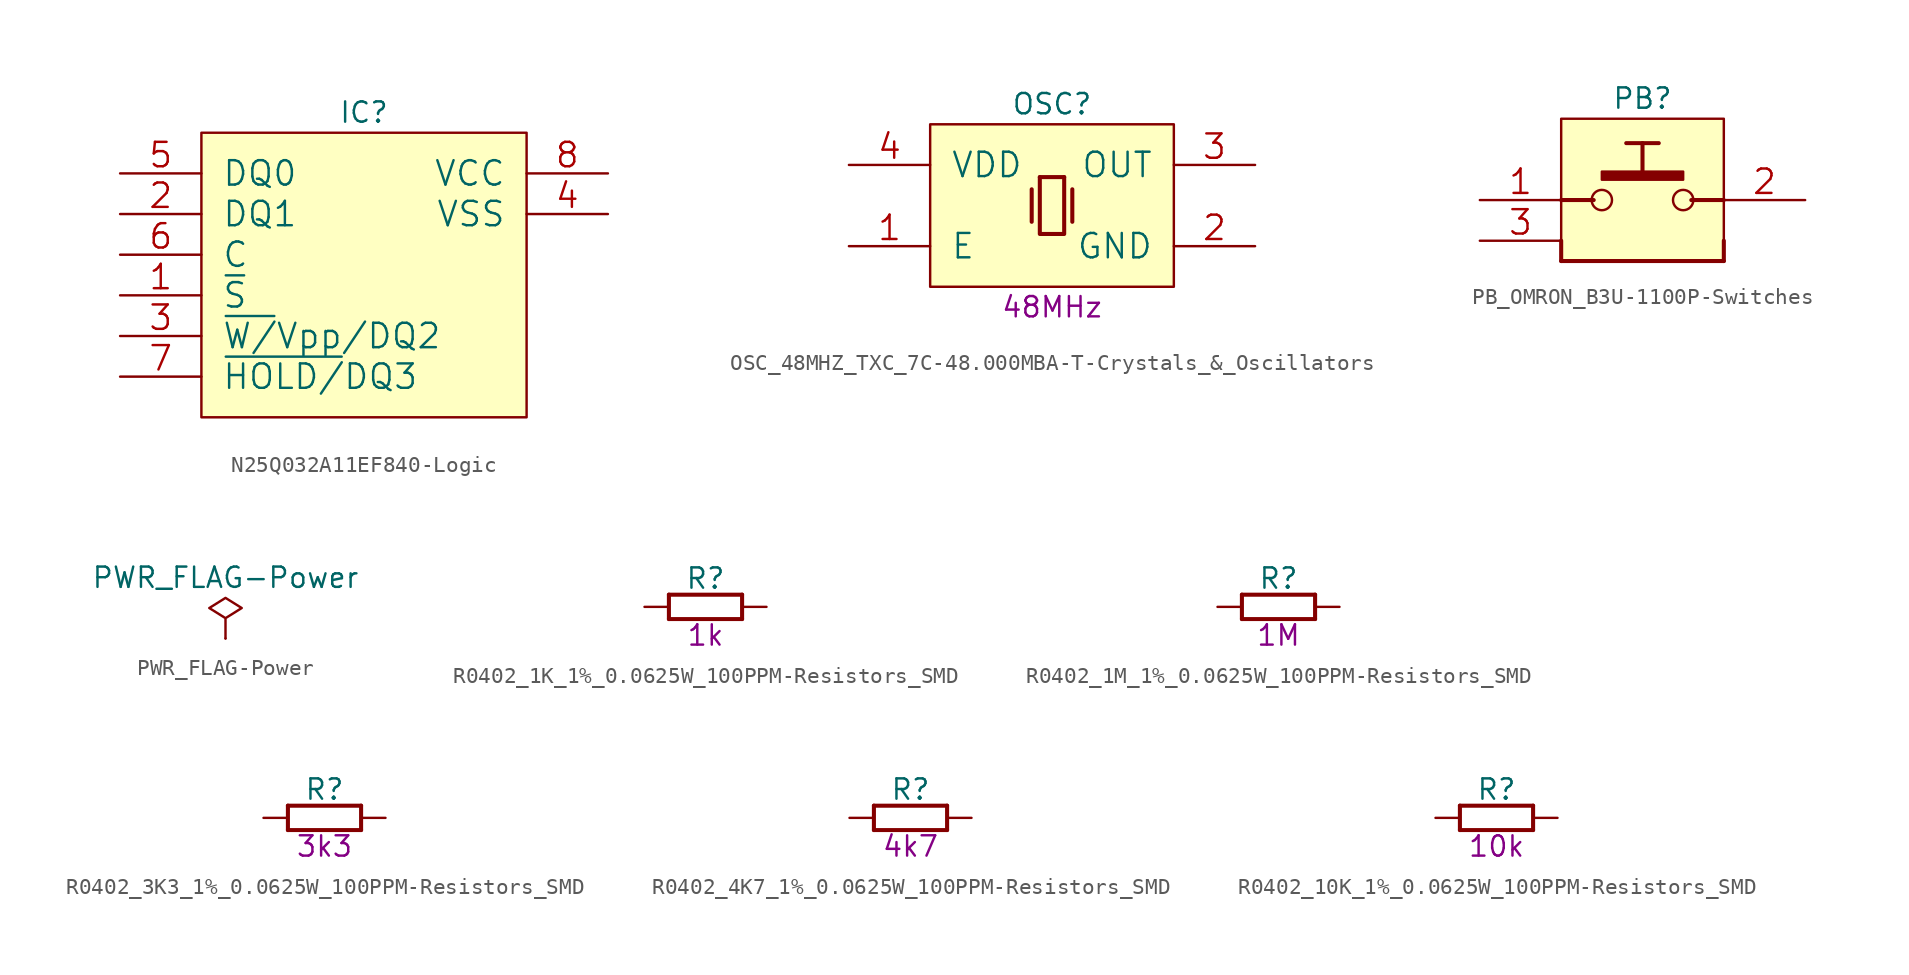
<source format=kicad_sym>
(kicad_symbol_lib
  (version 20200126)
  (host kicad_symbol_editor "(5.99.0-2809-gaceed2b0a4)")
  (symbol "LCD_Board-rescue:N25Q032A11EF840-Logic"
    (pin_names
      (offset 1.27))
    (property "Reference" "IC"
      (at 10.16 1.27 0)
      (effects (font (size 1.27 1.27))))
    (property "ki_locked" ""
      (at 0 0 0)
      (effects (font (size 1.27 1.27))))
    (symbol "N25Q032A11EF840-Logic_0_1"
      (rectangle (start 0 -17.78) (end 20.32 0) (stroke (width 0)) (fill (type background)))
      (pin input line (at -5.08 -10.16 0) (length 5.08) (name "~S" (effects (font (size 1.524 1.524)))) (number "1" (effects (font (size 1.524 1.524)))))
      (pin bidirectional line (at -5.08 -5.08 0) (length 5.08) (name "DQ1" (effects (font (size 1.524 1.524)))) (number "2" (effects (font (size 1.524 1.524)))))
      (pin bidirectional line (at -5.08 -12.7 0) (length 5.08) (name "~W/~Vpp/DQ2" (effects (font (size 1.524 1.524)))) (number "3" (effects (font (size 1.524 1.524)))))
      (pin power_in line (at 25.4 -5.08 180) (length 5.08) (name "VSS" (effects (font (size 1.524 1.524)))) (number "4" (effects (font (size 1.524 1.524)))))
      (pin bidirectional line (at -5.08 -2.54 0) (length 5.08) (name "DQ0" (effects (font (size 1.524 1.524)))) (number "5" (effects (font (size 1.524 1.524)))))
      (pin input line (at -5.08 -7.62 0) (length 5.08) (name "C" (effects (font (size 1.524 1.524)))) (number "6" (effects (font (size 1.524 1.524)))))
      (pin bidirectional line (at -5.08 -15.24 0) (length 5.08) (name "~HOLD/~DQ3" (effects (font (size 1.524 1.524)))) (number "7" (effects (font (size 1.524 1.524)))))
      (pin power_in line (at 25.4 -2.54 180) (length 5.08) (name "VCC" (effects (font (size 1.524 1.524)))) (number "8" (effects (font (size 1.524 1.524)))))))
  (symbol "LCD_Board-rescue:OSC_48MHZ_TXC_7C-48.000MBA-T-Crystals_&_Oscillators"
    (pin_names
      (offset 1.27))
    (property "Reference" "OSC"
      (at 7.62 1.27 0)
      (effects (font (size 1.27 1.27))))
    (property "Val" "48MHz"
      (at 7.62 -11.43 0)
      (effects (font (size 1.27 1.27))))
    (property "ki_locked" ""
      (at 0 0 0)
      (effects (font (size 1.27 1.27))))
    (symbol "OSC_48MHZ_TXC_7C-48.000MBA-T-Crystals_&_Oscillators_0_1"
      (rectangle (start 0 -10.16) (end 15.24 0) (stroke (width 0)) (fill (type background)))
      (polyline (pts (xy 6.35 -4.064) (xy 6.35 -6.096)) (stroke (width 0.254)) (fill (type none)))
      (polyline (pts (xy 6.858 -3.302) (xy 8.382 -3.302)) (stroke (width 0.254)) (fill (type none)))
      (polyline (pts (xy 8.89 -4.064) (xy 8.89 -6.096)) (stroke (width 0.254)) (fill (type none)))
      (polyline (pts (xy 8.382 -3.302) (xy 8.382 -6.858) (xy 6.858 -6.858) (xy 6.858 -3.302)) (stroke (width 0.254)) (fill (type none)))
      (pin input line (at -5.08 -7.62 0) (length 5.08) (name "E" (effects (font (size 1.524 1.524)))) (number "1" (effects (font (size 1.524 1.524)))))
      (pin power_in line (at 20.32 -7.62 180) (length 5.08) (name "GND" (effects (font (size 1.524 1.524)))) (number "2" (effects (font (size 1.524 1.524)))))
      (pin output line (at 20.32 -2.54 180) (length 5.08) (name "OUT" (effects (font (size 1.524 1.524)))) (number "3" (effects (font (size 1.524 1.524)))))
      (pin power_in line (at -5.08 -2.54 0) (length 5.08) (name "VDD" (effects (font (size 1.524 1.524)))) (number "4" (effects (font (size 1.524 1.524)))))))
  (symbol "LCD_Board-rescue:PB_OMRON_B3U-1100P-Switches"
    (pin_names
      (offset 1.27))
    (property "Reference" "PB"
      (at 5.08 1.27 0)
      (effects (font (size 1.27 1.27))))
    (property "ki_locked" ""
      (at 0 0 0)
      (effects (font (size 1.27 1.27))))
    (symbol "PB_OMRON_B3U-1100P-Switches_0_1"
      (circle (center 2.54 -5.08) (radius 0.635) (stroke (width 0)) (fill (type none)))
      (circle (center 7.62 -5.08) (radius 0.635) (stroke (width 0)) (fill (type none)))
      (rectangle (start 2.54 -3.81) (end 7.62 -3.302) (stroke (width 0)) (fill (type outline)))
      (rectangle (start 0 -8.89) (end 10.16 0) (stroke (width 0)) (fill (type background)))
      (polyline (pts (xy 0 -8.89) (xy 10.16 -8.89)) (stroke (width 0.254)) (fill (type none)))
      (polyline (pts (xy 0 -7.62) (xy 0 -8.89)) (stroke (width 0.254)) (fill (type none)))
      (polyline (pts (xy 0 -5.08) (xy 2.032 -5.08)) (stroke (width 0.254)) (fill (type none)))
      (polyline (pts (xy 5.08 -3.556) (xy 5.08 -1.524)) (stroke (width 0.254)) (fill (type none)))
      (polyline (pts (xy 6.096 -1.524) (xy 4.064 -1.524)) (stroke (width 0.254)) (fill (type none)))
      (polyline (pts (xy 8.128 -5.08) (xy 10.16 -5.08)) (stroke (width 0.254)) (fill (type none)))
      (polyline (pts (xy 10.16 -7.62) (xy 10.16 -8.89)) (stroke (width 0.254)) (fill (type none)))
      (pin passive line (at -5.08 -5.08 0) (length 5.08) (name "1" (effects (font (size 0 0)))) (number "1" (effects (font (size 1.524 1.524)))))
      (pin passive line (at 15.24 -5.08 180) (length 5.08) (name "2" (effects (font (size 0 0)))) (number "2" (effects (font (size 1.524 1.524)))))
      (pin passive line (at -5.08 -7.62 0) (length 5.08) (name "3" (effects (font (size 0 0)))) (number "3" (effects (font (size 1.524 1.524)))))))
  (symbol "LCD_Board-rescue:PWR_FLAG-Power"
    (power)
    (pin_numbers hide)
    (pin_names
      (offset 0) hide)
    (property "Reference" "#FLG"
      (at 3.175 0.635 0)
      (effects (font (size 1.27 1.27)) hide))
    (property "Value" "PWR_FLAG-Power"
      (at 0 3.81 0)
      (effects (font (size 1.27 1.27))))
    (symbol "PWR_FLAG-Power_0_1"
      (polyline (pts (xy 0 0) (xy 0 1.27) (xy -1.016 1.905) (xy 0 2.54) (xy 1.016 1.905) (xy 0 1.27)) (stroke (width 0)) (fill (type none))))
    (symbol "PWR_FLAG-Power_0_0"
      (pin power_out line (at 0 0 90) (length 0) (name "pwr" (effects (font (size 1.27 1.27)))) (number "1" (effects (font (size 1.27 1.27)))))))
  (symbol "LCD_Board-rescue:R0402_1K_1%_0.0625W_100PPM-Resistors_SMD"
    (pin_names
      (offset 1.27))
    (property "Reference" "R"
      (at 3.81 1.778 0)
      (effects (font (size 1.27 1.27))))
    (property "Val" "1k"
      (at 3.81 -1.778 0)
      (effects (font (size 1.27 1.27))))
    (property "ki_locked" ""
      (at 0 0 0)
      (effects (font (size 1.27 1.27))))
    (symbol "R0402_1K_1%_0.0625W_100PPM-Resistors_SMD_0_1"
      (text "1%" (at 3.81 0 0) (effects (font (size 0.635 0.635)) hide))
      (polyline (pts (xy 1.524 -0.762) (xy 6.096 -0.762)) (stroke (width 0.254)) (fill (type none)))
      (polyline (pts (xy 1.524 0.762) (xy 1.524 -0.762)) (stroke (width 0.254)) (fill (type none)))
      (polyline (pts (xy 6.096 -0.762) (xy 6.096 0.762)) (stroke (width 0.254)) (fill (type none)))
      (polyline (pts (xy 6.096 0.762) (xy 1.524 0.762)) (stroke (width 0.254)) (fill (type none)))
      (pin passive line (at 0 0 0) (length 1.524) (name "1" (effects (font (size 0 0)))) (number "1" (effects (font (size 0 0)))))
      (pin passive line (at 7.62 0 180) (length 1.524) (name "2" (effects (font (size 0 0)))) (number "2" (effects (font (size 0 0)))))))
  (symbol "LCD_Board-rescue:R0402_1M_1%_0.0625W_100PPM-Resistors_SMD"
    (pin_names
      (offset 1.27))
    (property "Reference" "R"
      (at 3.81 1.778 0)
      (effects (font (size 1.27 1.27))))
    (property "Val" "1M"
      (at 3.81 -1.778 0)
      (effects (font (size 1.27 1.27))))
    (property "ki_locked" ""
      (at 0 0 0)
      (effects (font (size 1.27 1.27))))
    (symbol "R0402_1M_1%_0.0625W_100PPM-Resistors_SMD_0_1"
      (text "1%" (at 3.81 0 0) (effects (font (size 0.635 0.635)) hide))
      (polyline (pts (xy 1.524 -0.762) (xy 6.096 -0.762)) (stroke (width 0.254)) (fill (type none)))
      (polyline (pts (xy 1.524 0.762) (xy 1.524 -0.762)) (stroke (width 0.254)) (fill (type none)))
      (polyline (pts (xy 6.096 -0.762) (xy 6.096 0.762)) (stroke (width 0.254)) (fill (type none)))
      (polyline (pts (xy 6.096 0.762) (xy 1.524 0.762)) (stroke (width 0.254)) (fill (type none)))
      (pin passive line (at 0 0 0) (length 1.524) (name "1" (effects (font (size 0 0)))) (number "1" (effects (font (size 0 0)))))
      (pin passive line (at 7.62 0 180) (length 1.524) (name "2" (effects (font (size 0 0)))) (number "2" (effects (font (size 0 0)))))))
  (symbol "LCD_Board-rescue:R0402_3K3_1%_0.0625W_100PPM-Resistors_SMD"
    (pin_names
      (offset 1.27))
    (property "Reference" "R"
      (at 3.81 1.778 0)
      (effects (font (size 1.27 1.27))))
    (property "Val" "3k3"
      (at 3.81 -1.778 0)
      (effects (font (size 1.27 1.27))))
    (property "ki_locked" ""
      (at 0 0 0)
      (effects (font (size 1.27 1.27))))
    (symbol "R0402_3K3_1%_0.0625W_100PPM-Resistors_SMD_0_1"
      (text "1%" (at 3.81 0 0) (effects (font (size 0.635 0.635)) hide))
      (polyline (pts (xy 1.524 -0.762) (xy 6.096 -0.762)) (stroke (width 0.254)) (fill (type none)))
      (polyline (pts (xy 1.524 0.762) (xy 1.524 -0.762)) (stroke (width 0.254)) (fill (type none)))
      (polyline (pts (xy 6.096 -0.762) (xy 6.096 0.762)) (stroke (width 0.254)) (fill (type none)))
      (polyline (pts (xy 6.096 0.762) (xy 1.524 0.762)) (stroke (width 0.254)) (fill (type none)))
      (pin passive line (at 0 0 0) (length 1.524) (name "1" (effects (font (size 0 0)))) (number "1" (effects (font (size 0 0)))))
      (pin passive line (at 7.62 0 180) (length 1.524) (name "2" (effects (font (size 0 0)))) (number "2" (effects (font (size 0 0)))))))
  (symbol "LCD_Board-rescue:R0402_4K7_1%_0.0625W_100PPM-Resistors_SMD"
    (pin_names
      (offset 1.27))
    (property "Reference" "R"
      (at 3.81 1.778 0)
      (effects (font (size 1.27 1.27))))
    (property "Val" "4k7"
      (at 3.81 -1.778 0)
      (effects (font (size 1.27 1.27))))
    (property "ki_locked" ""
      (at 0 0 0)
      (effects (font (size 1.27 1.27))))
    (symbol "R0402_4K7_1%_0.0625W_100PPM-Resistors_SMD_0_1"
      (text "1%" (at 3.81 0 0) (effects (font (size 0.635 0.635)) hide))
      (polyline (pts (xy 1.524 -0.762) (xy 6.096 -0.762)) (stroke (width 0.254)) (fill (type none)))
      (polyline (pts (xy 1.524 0.762) (xy 1.524 -0.762)) (stroke (width 0.254)) (fill (type none)))
      (polyline (pts (xy 6.096 -0.762) (xy 6.096 0.762)) (stroke (width 0.254)) (fill (type none)))
      (polyline (pts (xy 6.096 0.762) (xy 1.524 0.762)) (stroke (width 0.254)) (fill (type none)))
      (pin passive line (at 0 0 0) (length 1.524) (name "1" (effects (font (size 0 0)))) (number "1" (effects (font (size 0 0)))))
      (pin passive line (at 7.62 0 180) (length 1.524) (name "2" (effects (font (size 0 0)))) (number "2" (effects (font (size 0 0)))))))
  (symbol "LCD_Board-rescue:R0402_10K_1%_0.0625W_100PPM-Resistors_SMD"
    (pin_names
      (offset 1.27))
    (property "Reference" "R"
      (at 3.81 1.778 0)
      (effects (font (size 1.27 1.27))))
    (property "Val" "10k"
      (at 3.81 -1.778 0)
      (effects (font (size 1.27 1.27))))
    (property "ki_locked" ""
      (at 0 0 0)
      (effects (font (size 1.27 1.27))))
    (symbol "R0402_10K_1%_0.0625W_100PPM-Resistors_SMD_0_1"
      (text "1%" (at 3.81 0 0) (effects (font (size 0.635 0.635)) hide))
      (polyline (pts (xy 1.524 -0.762) (xy 6.096 -0.762)) (stroke (width 0.254)) (fill (type none)))
      (polyline (pts (xy 1.524 0.762) (xy 1.524 -0.762)) (stroke (width 0.254)) (fill (type none)))
      (polyline (pts (xy 6.096 -0.762) (xy 6.096 0.762)) (stroke (width 0.254)) (fill (type none)))
      (polyline (pts (xy 6.096 0.762) (xy 1.524 0.762)) (stroke (width 0.254)) (fill (type none)))
      (pin passive line (at 0 0 0) (length 1.524) (name "1" (effects (font (size 0 0)))) (number "1" (effects (font (size 0 0)))))
      (pin passive line (at 7.62 0 180) (length 1.524) (name "2" (effects (font (size 0 0)))) (number "2" (effects (font (size 0 0))))))))
</source>
